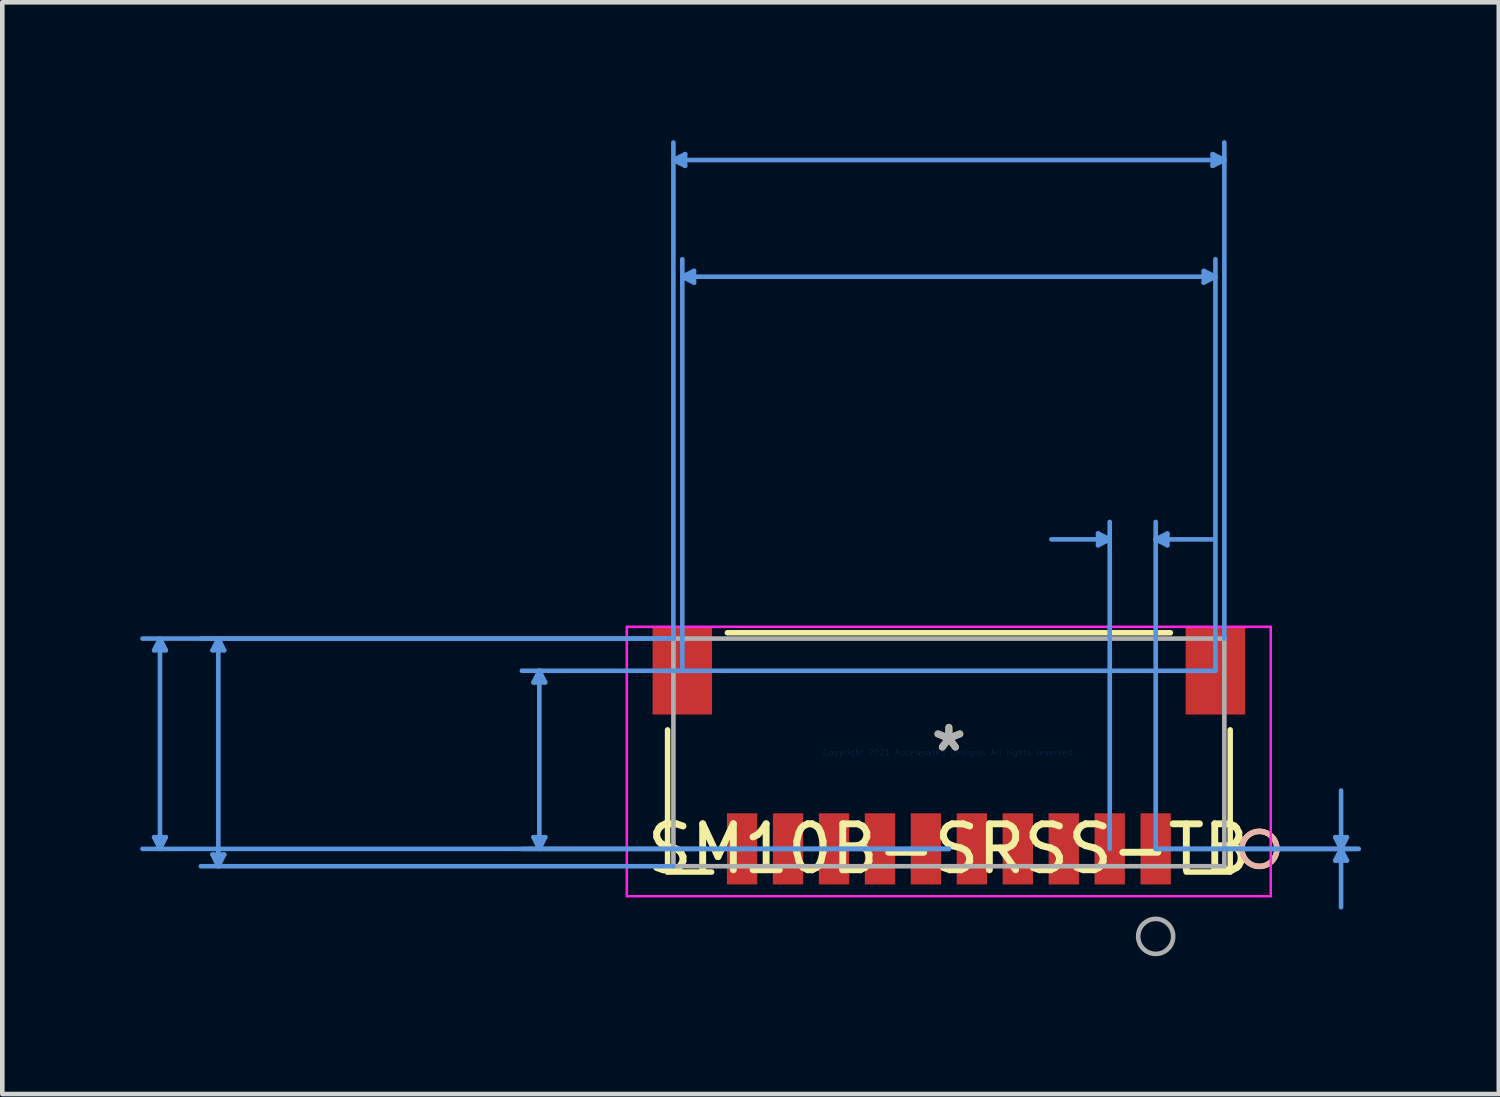
<source format=kicad_pcb>
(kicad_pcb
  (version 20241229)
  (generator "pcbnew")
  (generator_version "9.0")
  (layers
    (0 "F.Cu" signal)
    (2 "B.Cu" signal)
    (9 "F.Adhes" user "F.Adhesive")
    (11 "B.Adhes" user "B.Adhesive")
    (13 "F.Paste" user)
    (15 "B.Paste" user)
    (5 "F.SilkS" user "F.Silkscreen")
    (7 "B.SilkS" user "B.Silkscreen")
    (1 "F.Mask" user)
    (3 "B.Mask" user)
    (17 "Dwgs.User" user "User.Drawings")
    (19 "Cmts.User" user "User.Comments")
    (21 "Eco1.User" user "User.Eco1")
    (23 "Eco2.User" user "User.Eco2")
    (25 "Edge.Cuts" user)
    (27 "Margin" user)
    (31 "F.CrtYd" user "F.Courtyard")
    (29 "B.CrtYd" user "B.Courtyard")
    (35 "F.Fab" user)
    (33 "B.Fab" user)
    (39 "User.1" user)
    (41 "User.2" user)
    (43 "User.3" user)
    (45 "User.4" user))
  (footprint "SM10B-SRSS-TB"
    (layer "F.Cu")
    (at 17.597 13.322)
    (property "Reference" "SM10B-SRSS-TB" (at 0 2.099 0) (layer "F.SilkS") (effects (font (size 1 1) (thickness 0.15))))
    (attr through_hole)
    (fp_line (start -6.121 -0.491) (end -6.121 2.603) (stroke (width 0.12) (type solid)) (layer "F.SilkS"))
    (fp_line (start -6.121 2.603) (end -5.163 2.603) (stroke (width 0.12) (type solid)) (layer "F.SilkS"))
    (fp_line (start 4.82 -2.603) (end -4.82 -2.603) (stroke (width 0.12) (type solid)) (layer "F.SilkS"))
    (fp_line (start 5.163 2.603) (end 6.121 2.603) (stroke (width 0.12) (type solid)) (layer "F.SilkS"))
    (fp_line (start 6.121 2.603) (end 6.121 -0.491) (stroke (width 0.12) (type solid)) (layer "F.SilkS"))
    (fp_circle (center 6.756 2.099) (end 7.137 2.099) (stroke (width 0.12) (type solid)) (fill no) (layer "F.SilkS"))
    (fp_circle (center 6.756 2.099) (end 7.137 2.099) (stroke (width 0.12) (type solid)) (fill no) (layer "B.SilkS"))
    (fp_line (start -17.293 -2.223) (end -17.039 -2.223) (stroke (width 0.1) (type solid)) (layer "Cmts.User"))
    (fp_line (start -17.293 1.845) (end -17.039 1.845) (stroke (width 0.1) (type solid)) (layer "Cmts.User"))
    (fp_line (start -17.166 -2.477) (end -17.293 -2.223) (stroke (width 0.1) (type solid)) (layer "Cmts.User"))
    (fp_line (start -17.166 -2.477) (end -17.166 2.099) (stroke (width 0.1) (type solid)) (layer "Cmts.User"))
    (fp_line (start -17.166 -2.477) (end -17.039 -2.223) (stroke (width 0.1) (type solid)) (layer "Cmts.User"))
    (fp_line (start -17.166 2.099) (end -17.293 1.845) (stroke (width 0.1) (type solid)) (layer "Cmts.User"))
    (fp_line (start -17.166 2.099) (end -17.039 1.845) (stroke (width 0.1) (type solid)) (layer "Cmts.User"))
    (fp_line (start -16.023 -2.223) (end -15.769 -2.223) (stroke (width 0.1) (type solid)) (layer "Cmts.User"))
    (fp_line (start -16.023 2.223) (end -15.769 2.223) (stroke (width 0.1) (type solid)) (layer "Cmts.User"))
    (fp_line (start -15.896 -2.477) (end -16.023 -2.223) (stroke (width 0.1) (type solid)) (layer "Cmts.User"))
    (fp_line (start -15.896 -2.477) (end -15.896 2.477) (stroke (width 0.1) (type solid)) (layer "Cmts.User"))
    (fp_line (start -15.896 -2.477) (end -15.769 -2.223) (stroke (width 0.1) (type solid)) (layer "Cmts.User"))
    (fp_line (start -15.896 2.477) (end -16.023 2.223) (stroke (width 0.1) (type solid)) (layer "Cmts.User"))
    (fp_line (start -15.896 2.477) (end -15.769 2.223) (stroke (width 0.1) (type solid)) (layer "Cmts.User"))
    (fp_line (start -9.038 -1.523) (end -8.784 -1.523) (stroke (width 0.1) (type solid)) (layer "Cmts.User"))
    (fp_line (start -9.038 1.845) (end -8.784 1.845) (stroke (width 0.1) (type solid)) (layer "Cmts.User"))
    (fp_line (start -8.911 -1.777) (end -9.038 -1.523) (stroke (width 0.1) (type solid)) (layer "Cmts.User"))
    (fp_line (start -8.911 -1.777) (end -8.911 2.099) (stroke (width 0.1) (type solid)) (layer "Cmts.User"))
    (fp_line (start -8.911 -1.777) (end -8.784 -1.523) (stroke (width 0.1) (type solid)) (layer "Cmts.User"))
    (fp_line (start -8.911 2.099) (end -9.038 1.845) (stroke (width 0.1) (type solid)) (layer "Cmts.User"))
    (fp_line (start -8.911 2.099) (end -8.784 1.845) (stroke (width 0.1) (type solid)) (layer "Cmts.User"))
    (fp_line (start -5.994 -12.89) (end -5.74 -13.018) (stroke (width 0.1) (type solid)) (layer "Cmts.User"))
    (fp_line (start -5.994 -12.89) (end -5.74 -12.764) (stroke (width 0.1) (type solid)) (layer "Cmts.User"))
    (fp_line (start -5.994 -12.89) (end 5.994 -12.89) (stroke (width 0.1) (type solid)) (layer "Cmts.User"))
    (fp_line (start -5.994 -2.477) (end -17.547 -2.477) (stroke (width 0.1) (type solid)) (layer "Cmts.User"))
    (fp_line (start -5.994 -2.477) (end -16.277 -2.477) (stroke (width 0.1) (type solid)) (layer "Cmts.User"))
    (fp_line (start -5.994 -2.477) (end -5.994 -13.271) (stroke (width 0.1) (type solid)) (layer "Cmts.User"))
    (fp_line (start -5.994 2.477) (end -16.277 2.477) (stroke (width 0.1) (type solid)) (layer "Cmts.User"))
    (fp_line (start -5.8 -10.351) (end -5.546 -10.477) (stroke (width 0.1) (type solid)) (layer "Cmts.User"))
    (fp_line (start -5.8 -10.351) (end -5.546 -10.223) (stroke (width 0.1) (type solid)) (layer "Cmts.User"))
    (fp_line (start -5.8 -10.351) (end 5.8 -10.351) (stroke (width 0.1) (type solid)) (layer "Cmts.User"))
    (fp_line (start -5.8 -1.777) (end -5.8 -10.732) (stroke (width 0.1) (type solid)) (layer "Cmts.User"))
    (fp_line (start -5.74 -13.018) (end -5.74 -12.764) (stroke (width 0.1) (type solid)) (layer "Cmts.User"))
    (fp_line (start -5.546 -10.477) (end -5.546 -10.223) (stroke (width 0.1) (type solid)) (layer "Cmts.User"))
    (fp_line (start 0 2.099) (end -17.547 2.099) (stroke (width 0.1) (type solid)) (layer "Cmts.User"))
    (fp_line (start 0 2.099) (end -9.292 2.099) (stroke (width 0.1) (type solid)) (layer "Cmts.User"))
    (fp_line (start 3.246 -4.763) (end 3.246 -4.508) (stroke (width 0.1) (type solid)) (layer "Cmts.User"))
    (fp_line (start 3.5 -4.636) (end 2.23 -4.636) (stroke (width 0.1) (type solid)) (layer "Cmts.User"))
    (fp_line (start 3.5 -4.636) (end 3.246 -4.763) (stroke (width 0.1) (type solid)) (layer "Cmts.User"))
    (fp_line (start 3.5 -4.636) (end 3.246 -4.508) (stroke (width 0.1) (type solid)) (layer "Cmts.User"))
    (fp_line (start 3.5 2.099) (end 3.5 -5.016) (stroke (width 0.1) (type solid)) (layer "Cmts.User"))
    (fp_line (start 4.5 -4.636) (end 4.754 -4.763) (stroke (width 0.1) (type solid)) (layer "Cmts.User"))
    (fp_line (start 4.5 -4.636) (end 4.754 -4.508) (stroke (width 0.1) (type solid)) (layer "Cmts.User"))
    (fp_line (start 4.5 -4.636) (end 5.77 -4.636) (stroke (width 0.1) (type solid)) (layer "Cmts.User"))
    (fp_line (start 4.5 2.099) (end 4.5 -5.016) (stroke (width 0.1) (type solid)) (layer "Cmts.User"))
    (fp_line (start 4.5 2.099) (end 8.915 2.099) (stroke (width 0.1) (type solid)) (layer "Cmts.User"))
    (fp_line (start 4.5 2.099) (end 8.915 2.099) (stroke (width 0.1) (type solid)) (layer "Cmts.User"))
    (fp_line (start 4.754 -4.763) (end 4.754 -4.508) (stroke (width 0.1) (type solid)) (layer "Cmts.User"))
    (fp_line (start 5.546 -10.477) (end 5.546 -10.223) (stroke (width 0.1) (type solid)) (layer "Cmts.User"))
    (fp_line (start 5.74 -13.018) (end 5.74 -12.764) (stroke (width 0.1) (type solid)) (layer "Cmts.User"))
    (fp_line (start 5.8 -10.351) (end 5.546 -10.477) (stroke (width 0.1) (type solid)) (layer "Cmts.User"))
    (fp_line (start 5.8 -10.351) (end 5.546 -10.223) (stroke (width 0.1) (type solid)) (layer "Cmts.User"))
    (fp_line (start 5.8 -1.777) (end -9.292 -1.777) (stroke (width 0.1) (type solid)) (layer "Cmts.User"))
    (fp_line (start 5.8 -1.777) (end 5.8 -10.732) (stroke (width 0.1) (type solid)) (layer "Cmts.User"))
    (fp_line (start 5.994 -12.89) (end 5.74 -13.018) (stroke (width 0.1) (type solid)) (layer "Cmts.User"))
    (fp_line (start 5.994 -12.89) (end 5.74 -12.764) (stroke (width 0.1) (type solid)) (layer "Cmts.User"))
    (fp_line (start 5.994 -2.477) (end 5.994 -13.271) (stroke (width 0.1) (type solid)) (layer "Cmts.User"))
    (fp_line (start 8.407 1.845) (end 8.661 1.845) (stroke (width 0.1) (type solid)) (layer "Cmts.User"))
    (fp_line (start 8.407 2.353) (end 8.661 2.353) (stroke (width 0.1) (type solid)) (layer "Cmts.User"))
    (fp_line (start 8.534 2.099) (end 8.407 1.845) (stroke (width 0.1) (type solid)) (layer "Cmts.User"))
    (fp_line (start 8.534 2.099) (end 8.407 2.353) (stroke (width 0.1) (type solid)) (layer "Cmts.User"))
    (fp_line (start 8.534 2.099) (end 8.534 0.829) (stroke (width 0.1) (type solid)) (layer "Cmts.User"))
    (fp_line (start 8.534 2.099) (end 8.534 3.369) (stroke (width 0.1) (type solid)) (layer "Cmts.User"))
    (fp_line (start 8.534 2.099) (end 8.661 1.845) (stroke (width 0.1) (type solid)) (layer "Cmts.User"))
    (fp_line (start 8.534 2.099) (end 8.661 2.353) (stroke (width 0.1) (type solid)) (layer "Cmts.User"))
    (fp_line (start -7.006 -2.731) (end -7.006 3.127) (stroke (width 0.05) (type solid)) (layer "F.CrtYd"))
    (fp_line (start -7.006 -2.731) (end -7.006 3.127) (stroke (width 0.05) (type solid)) (layer "F.CrtYd"))
    (fp_line (start -7.006 3.127) (end 7.006 3.127) (stroke (width 0.05) (type solid)) (layer "F.CrtYd"))
    (fp_line (start -7.006 3.127) (end 7.006 3.127) (stroke (width 0.05) (type solid)) (layer "F.CrtYd"))
    (fp_line (start 7.006 -2.731) (end -7.006 -2.731) (stroke (width 0.05) (type solid)) (layer "F.CrtYd"))
    (fp_line (start 7.006 -2.731) (end -7.006 -2.731) (stroke (width 0.05) (type solid)) (layer "F.CrtYd"))
    (fp_line (start 7.006 3.127) (end 7.006 -2.731) (stroke (width 0.05) (type solid)) (layer "F.CrtYd"))
    (fp_line (start 7.006 3.127) (end 7.006 -2.731) (stroke (width 0.05) (type solid)) (layer "F.CrtYd"))
    (fp_line (start -5.994 -2.477) (end -5.994 2.477) (stroke (width 0.1) (type solid)) (layer "F.Fab"))
    (fp_line (start -5.994 2.477) (end 5.994 2.477) (stroke (width 0.1) (type solid)) (layer "F.Fab"))
    (fp_line (start 5.994 -2.477) (end -5.994 -2.477) (stroke (width 0.1) (type solid)) (layer "F.Fab"))
    (fp_line (start 5.994 2.477) (end 5.994 -2.477) (stroke (width 0.1) (type solid)) (layer "F.Fab"))
    (fp_circle (center 4.5 4.003) (end 4.881 4.003) (stroke (width 0.1) (type solid)) (fill no) (layer "F.Fab"))
    (fp_text user "*" (at 0 0 0) (layer "F.SilkS") (effects (font (size 1 1) (thickness 0.15))))
    (fp_text user "Copyright 2021 Accelerated Designs. All rights reserved." (at 0 0 0) (layer "Cmts.User") (effects (font (size 0.127 0.127) (thickness 0.002))))
    (fp_text user "*" (at 0 0 0) (layer "F.Fab") (effects (font (size 1 1) (thickness 0.15))))
    (pad "1" smd rect (at 4.5 2.099) (size 0.66 1.549) (layers "F.Cu" "F.Mask" "F.Paste"))
    (pad "2" smd rect (at 3.5 2.099) (size 0.66 1.549) (layers "F.Cu" "F.Mask" "F.Paste"))
    (pad "3" smd rect (at 2.5 2.099) (size 0.66 1.549) (layers "F.Cu" "F.Mask" "F.Paste"))
    (pad "4" smd rect (at 1.5 2.099) (size 0.66 1.549) (layers "F.Cu" "F.Mask" "F.Paste"))
    (pad "5" smd rect (at 0.5 2.099) (size 0.66 1.549) (layers "F.Cu" "F.Mask" "F.Paste"))
    (pad "6" smd rect (at -0.5 2.099) (size 0.66 1.549) (layers "F.Cu" "F.Mask" "F.Paste"))
    (pad "7" smd rect (at -1.5 2.099) (size 0.66 1.549) (layers "F.Cu" "F.Mask" "F.Paste"))
    (pad "8" smd rect (at -2.5 2.099) (size 0.66 1.549) (layers "F.Cu" "F.Mask" "F.Paste"))
    (pad "9" smd rect (at -3.5 2.099) (size 0.66 1.549) (layers "F.Cu" "F.Mask" "F.Paste"))
    (pad "10" smd rect (at -4.5 2.099) (size 0.66 1.549) (layers "F.Cu" "F.Mask" "F.Paste"))
    (pad "11" smd rect (at -5.8 -1.777 90) (size 1.905 1.295) (layers "F.Cu" "F.Mask" "F.Paste"))
    (pad "12" smd rect (at 5.8 -1.777 90) (size 1.905 1.295) (layers "F.Cu" "F.Mask" "F.Paste")))
  (gr_rect
    (start -3 -3)
    (end 29.563 20.756)
    (stroke (width 0.1) (type default))
    (fill no)
    (layer "Edge.Cuts")))
</source>
